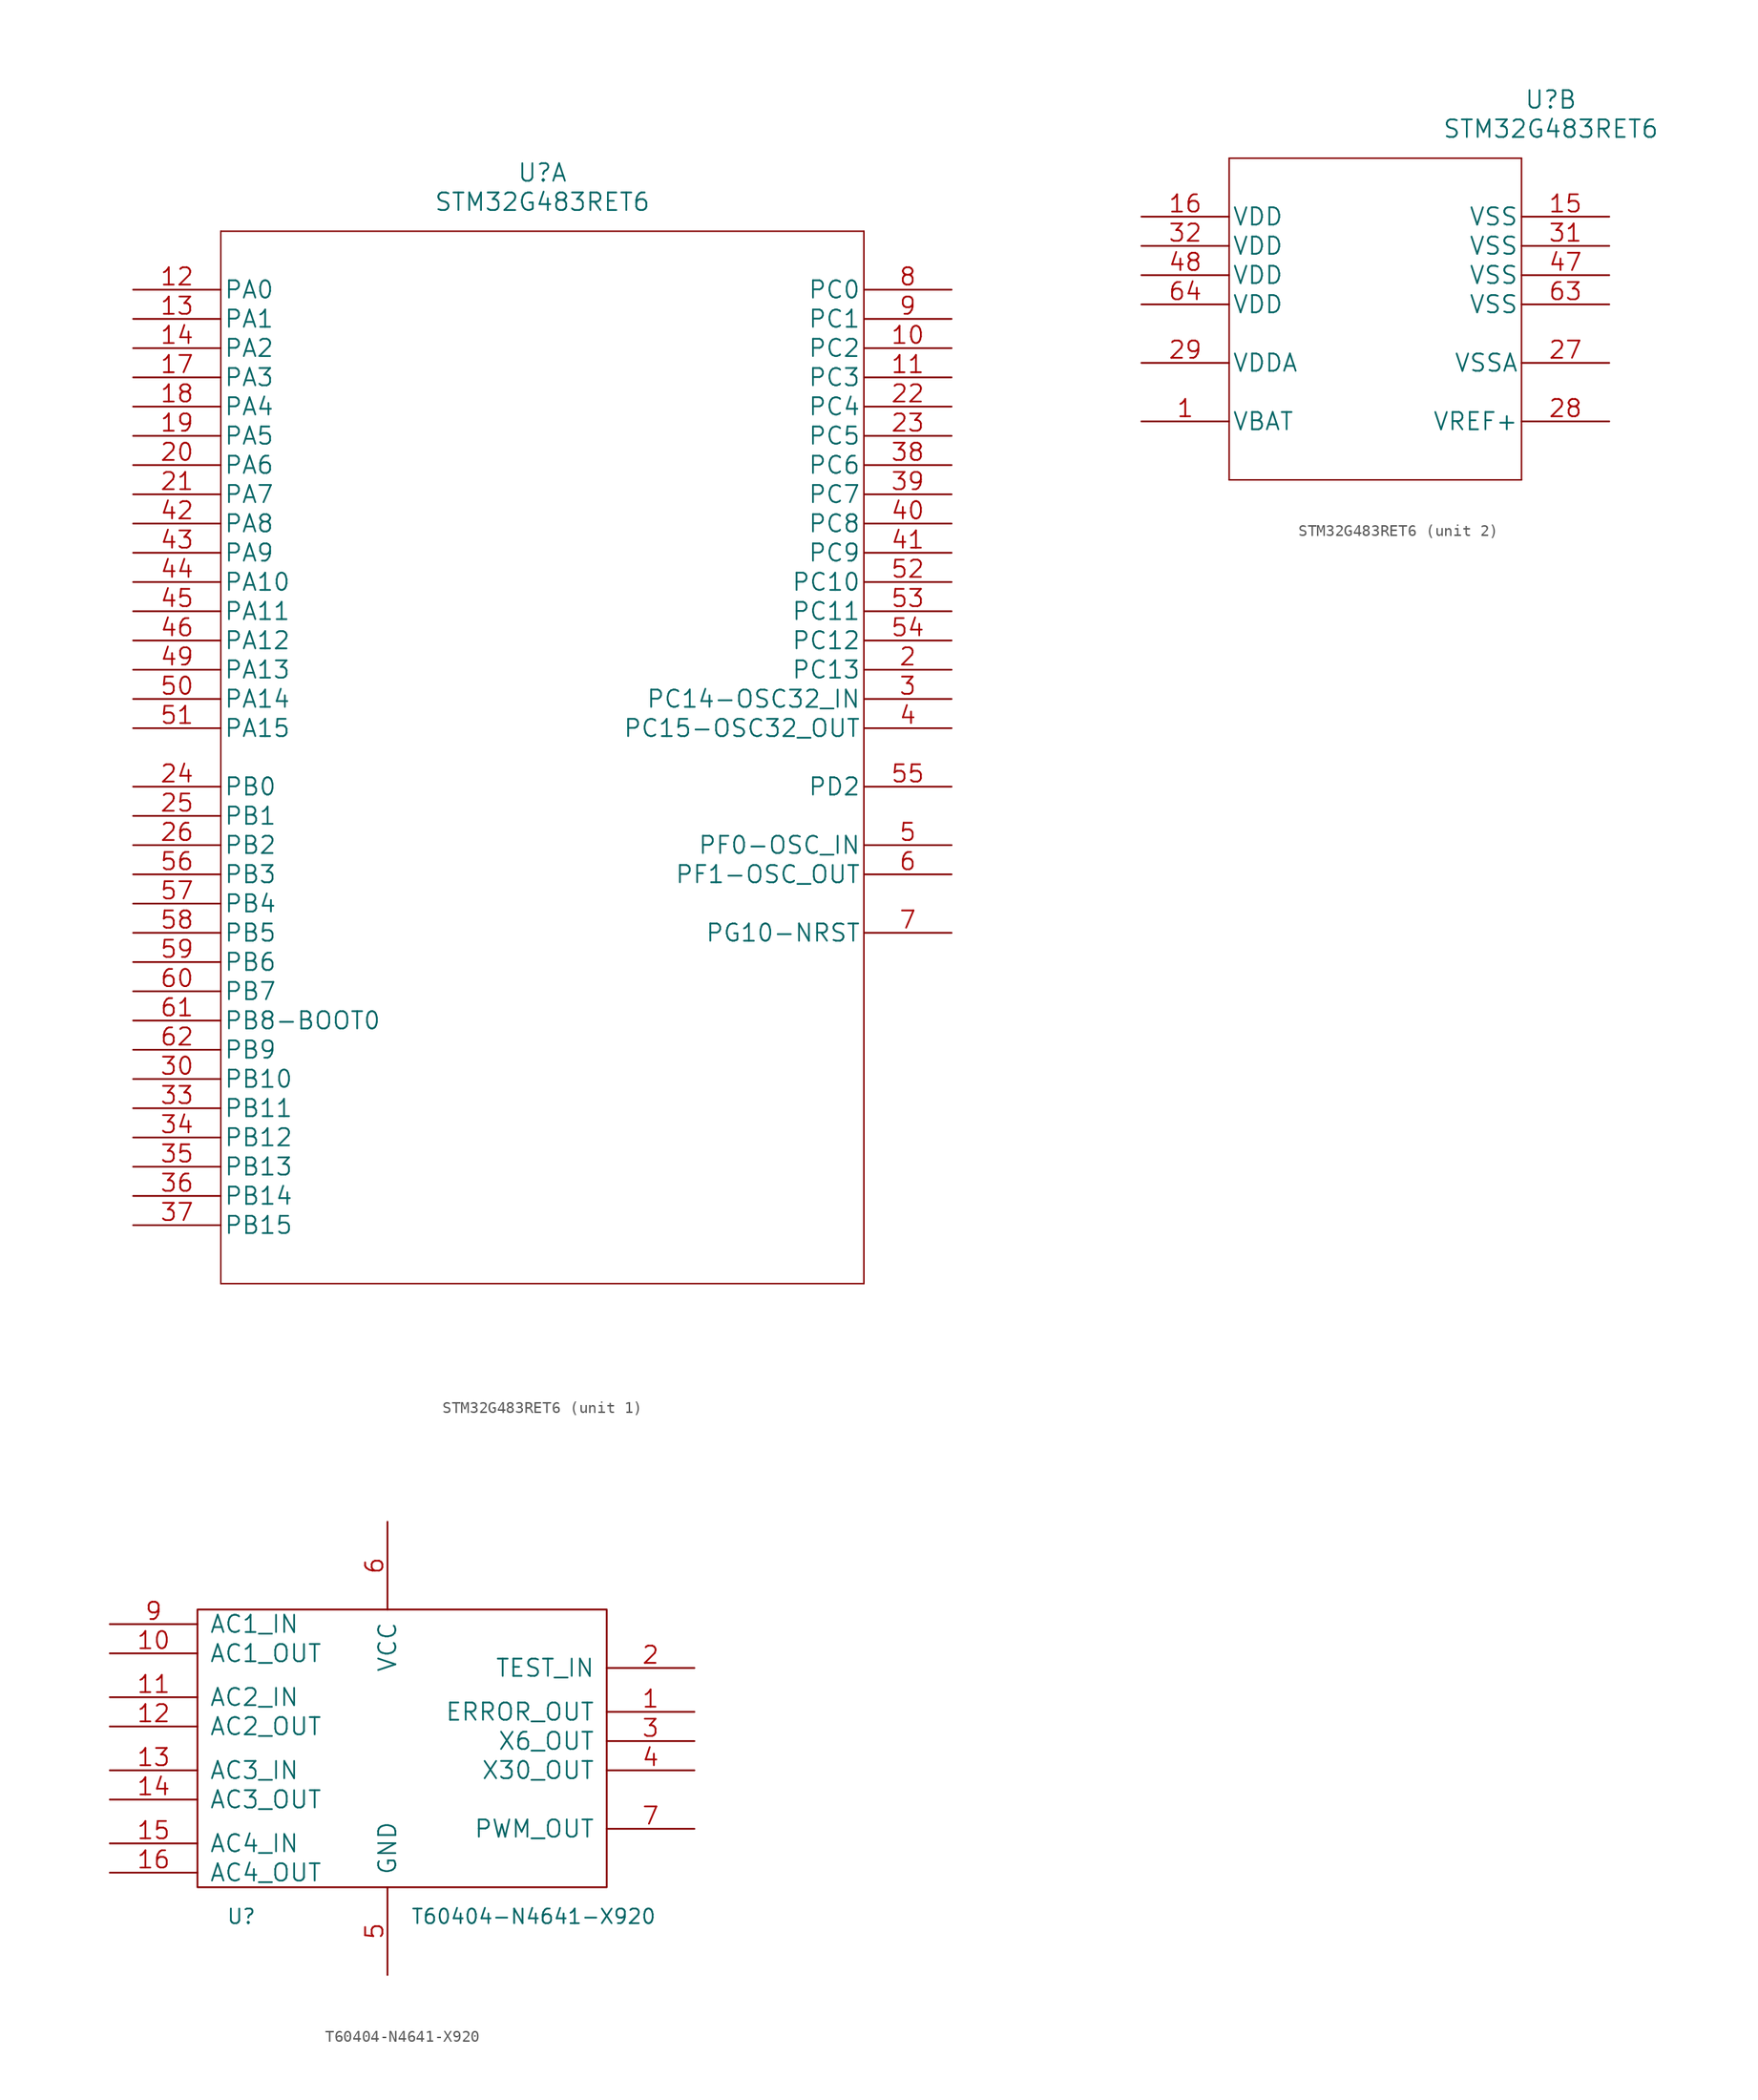
<source format=kicad_sym>
(kicad_symbol_lib
  (version 20211014)
  (generator kicad_symbol_editor)
  (symbol "STM32G483RET6"
    (pin_names
      (offset 0.254))
    (property "Reference" "U"
      (at 35.56 10.16 0)
      (effects (font (size 1.524 1.524))))
    (property "Value" "STM32G483RET6"
      (at 35.56 7.62 0)
      (effects (font (size 1.524 1.524))))
    (property "ki_locked" ""
      (at 0 0 0)
      (effects (font (size 1.27 1.27))))
    (symbol "STM32G483RET6_1_1"
      (polyline (pts (xy 7.62 -86.36) (xy 63.5 -86.36)) (stroke (width 0.127) (type default) (color 0 0 0 0)) (fill (type none)))
      (polyline (pts (xy 7.62 5.08) (xy 7.62 -86.36)) (stroke (width 0.127) (type default) (color 0 0 0 0)) (fill (type none)))
      (polyline (pts (xy 63.5 -86.36) (xy 63.5 5.08)) (stroke (width 0.127) (type default) (color 0 0 0 0)) (fill (type none)))
      (polyline (pts (xy 63.5 5.08) (xy 7.62 5.08)) (stroke (width 0.127) (type default) (color 0 0 0 0)) (fill (type none)))
      (pin bidirectional line (at 71.12 -5.08 180) (length 7.62) (name "PC2" (effects (font (size 1.499 1.499)))) (number "10" (effects (font (size 1.499 1.499)))))
      (pin bidirectional line (at 71.12 -7.62 180) (length 7.62) (name "PC3" (effects (font (size 1.499 1.499)))) (number "11" (effects (font (size 1.499 1.499)))))
      (pin bidirectional line (at 0 0 0) (length 7.62) (name "PA0" (effects (font (size 1.499 1.499)))) (number "12" (effects (font (size 1.499 1.499)))))
      (pin bidirectional line (at 0 -2.54 0) (length 7.62) (name "PA1" (effects (font (size 1.499 1.499)))) (number "13" (effects (font (size 1.499 1.499)))))
      (pin bidirectional line (at 0 -5.08 0) (length 7.62) (name "PA2" (effects (font (size 1.499 1.499)))) (number "14" (effects (font (size 1.499 1.499)))))
      (pin bidirectional line (at 0 -7.62 0) (length 7.62) (name "PA3" (effects (font (size 1.499 1.499)))) (number "17" (effects (font (size 1.499 1.499)))))
      (pin bidirectional line (at 0 -10.16 0) (length 7.62) (name "PA4" (effects (font (size 1.499 1.499)))) (number "18" (effects (font (size 1.499 1.499)))))
      (pin bidirectional line (at 0 -12.7 0) (length 7.62) (name "PA5" (effects (font (size 1.499 1.499)))) (number "19" (effects (font (size 1.499 1.499)))))
      (pin bidirectional line (at 71.12 -33.02 180) (length 7.62) (name "PC13" (effects (font (size 1.499 1.499)))) (number "2" (effects (font (size 1.499 1.499)))))
      (pin bidirectional line (at 0 -15.24 0) (length 7.62) (name "PA6" (effects (font (size 1.499 1.499)))) (number "20" (effects (font (size 1.499 1.499)))))
      (pin bidirectional line (at 0 -17.78 0) (length 7.62) (name "PA7" (effects (font (size 1.499 1.499)))) (number "21" (effects (font (size 1.499 1.499)))))
      (pin bidirectional line (at 71.12 -10.16 180) (length 7.62) (name "PC4" (effects (font (size 1.499 1.499)))) (number "22" (effects (font (size 1.499 1.499)))))
      (pin bidirectional line (at 71.12 -12.7 180) (length 7.62) (name "PC5" (effects (font (size 1.499 1.499)))) (number "23" (effects (font (size 1.499 1.499)))))
      (pin bidirectional line (at 0 -43.18 0) (length 7.62) (name "PB0" (effects (font (size 1.499 1.499)))) (number "24" (effects (font (size 1.499 1.499)))))
      (pin bidirectional line (at 0 -45.72 0) (length 7.62) (name "PB1" (effects (font (size 1.499 1.499)))) (number "25" (effects (font (size 1.499 1.499)))))
      (pin bidirectional line (at 0 -48.26 0) (length 7.62) (name "PB2" (effects (font (size 1.499 1.499)))) (number "26" (effects (font (size 1.499 1.499)))))
      (pin bidirectional line (at 71.12 -35.56 180) (length 7.62) (name "PC14-OSC32_IN" (effects (font (size 1.499 1.499)))) (number "3" (effects (font (size 1.499 1.499)))))
      (pin bidirectional line (at 0 -68.58 0) (length 7.62) (name "PB10" (effects (font (size 1.499 1.499)))) (number "30" (effects (font (size 1.499 1.499)))))
      (pin bidirectional line (at 0 -71.12 0) (length 7.62) (name "PB11" (effects (font (size 1.499 1.499)))) (number "33" (effects (font (size 1.499 1.499)))))
      (pin bidirectional line (at 0 -73.66 0) (length 7.62) (name "PB12" (effects (font (size 1.499 1.499)))) (number "34" (effects (font (size 1.499 1.499)))))
      (pin bidirectional line (at 0 -76.2 0) (length 7.62) (name "PB13" (effects (font (size 1.499 1.499)))) (number "35" (effects (font (size 1.499 1.499)))))
      (pin bidirectional line (at 0 -78.74 0) (length 7.62) (name "PB14" (effects (font (size 1.499 1.499)))) (number "36" (effects (font (size 1.499 1.499)))))
      (pin bidirectional line (at 0 -81.28 0) (length 7.62) (name "PB15" (effects (font (size 1.499 1.499)))) (number "37" (effects (font (size 1.499 1.499)))))
      (pin bidirectional line (at 71.12 -15.24 180) (length 7.62) (name "PC6" (effects (font (size 1.499 1.499)))) (number "38" (effects (font (size 1.499 1.499)))))
      (pin bidirectional line (at 71.12 -17.78 180) (length 7.62) (name "PC7" (effects (font (size 1.499 1.499)))) (number "39" (effects (font (size 1.499 1.499)))))
      (pin bidirectional line (at 71.12 -38.1 180) (length 7.62) (name "PC15-OSC32_OUT" (effects (font (size 1.499 1.499)))) (number "4" (effects (font (size 1.499 1.499)))))
      (pin bidirectional line (at 71.12 -20.32 180) (length 7.62) (name "PC8" (effects (font (size 1.499 1.499)))) (number "40" (effects (font (size 1.499 1.499)))))
      (pin bidirectional line (at 71.12 -22.86 180) (length 7.62) (name "PC9" (effects (font (size 1.499 1.499)))) (number "41" (effects (font (size 1.499 1.499)))))
      (pin bidirectional line (at 0 -20.32 0) (length 7.62) (name "PA8" (effects (font (size 1.499 1.499)))) (number "42" (effects (font (size 1.499 1.499)))))
      (pin bidirectional line (at 0 -22.86 0) (length 7.62) (name "PA9" (effects (font (size 1.499 1.499)))) (number "43" (effects (font (size 1.499 1.499)))))
      (pin bidirectional line (at 0 -25.4 0) (length 7.62) (name "PA10" (effects (font (size 1.499 1.499)))) (number "44" (effects (font (size 1.499 1.499)))))
      (pin bidirectional line (at 0 -27.94 0) (length 7.62) (name "PA11" (effects (font (size 1.499 1.499)))) (number "45" (effects (font (size 1.499 1.499)))))
      (pin bidirectional line (at 0 -30.48 0) (length 7.62) (name "PA12" (effects (font (size 1.499 1.499)))) (number "46" (effects (font (size 1.499 1.499)))))
      (pin bidirectional line (at 0 -33.02 0) (length 7.62) (name "PA13" (effects (font (size 1.499 1.499)))) (number "49" (effects (font (size 1.499 1.499)))))
      (pin bidirectional line (at 71.12 -48.26 180) (length 7.62) (name "PF0-OSC_IN" (effects (font (size 1.499 1.499)))) (number "5" (effects (font (size 1.499 1.499)))))
      (pin bidirectional line (at 0 -35.56 0) (length 7.62) (name "PA14" (effects (font (size 1.499 1.499)))) (number "50" (effects (font (size 1.499 1.499)))))
      (pin bidirectional line (at 0 -38.1 0) (length 7.62) (name "PA15" (effects (font (size 1.499 1.499)))) (number "51" (effects (font (size 1.499 1.499)))))
      (pin bidirectional line (at 71.12 -25.4 180) (length 7.62) (name "PC10" (effects (font (size 1.499 1.499)))) (number "52" (effects (font (size 1.499 1.499)))))
      (pin bidirectional line (at 71.12 -27.94 180) (length 7.62) (name "PC11" (effects (font (size 1.499 1.499)))) (number "53" (effects (font (size 1.499 1.499)))))
      (pin bidirectional line (at 71.12 -30.48 180) (length 7.62) (name "PC12" (effects (font (size 1.499 1.499)))) (number "54" (effects (font (size 1.499 1.499)))))
      (pin bidirectional line (at 71.12 -43.18 180) (length 7.62) (name "PD2" (effects (font (size 1.499 1.499)))) (number "55" (effects (font (size 1.499 1.499)))))
      (pin bidirectional line (at 0 -50.8 0) (length 7.62) (name "PB3" (effects (font (size 1.499 1.499)))) (number "56" (effects (font (size 1.499 1.499)))))
      (pin bidirectional line (at 0 -53.34 0) (length 7.62) (name "PB4" (effects (font (size 1.499 1.499)))) (number "57" (effects (font (size 1.499 1.499)))))
      (pin bidirectional line (at 0 -55.88 0) (length 7.62) (name "PB5" (effects (font (size 1.499 1.499)))) (number "58" (effects (font (size 1.499 1.499)))))
      (pin bidirectional line (at 0 -58.42 0) (length 7.62) (name "PB6" (effects (font (size 1.499 1.499)))) (number "59" (effects (font (size 1.499 1.499)))))
      (pin bidirectional line (at 71.12 -50.8 180) (length 7.62) (name "PF1-OSC_OUT" (effects (font (size 1.499 1.499)))) (number "6" (effects (font (size 1.499 1.499)))))
      (pin bidirectional line (at 0 -60.96 0) (length 7.62) (name "PB7" (effects (font (size 1.499 1.499)))) (number "60" (effects (font (size 1.499 1.499)))))
      (pin bidirectional line (at 0 -63.5 0) (length 7.62) (name "PB8-BOOT0" (effects (font (size 1.499 1.499)))) (number "61" (effects (font (size 1.499 1.499)))))
      (pin bidirectional line (at 0 -66.04 0) (length 7.62) (name "PB9" (effects (font (size 1.499 1.499)))) (number "62" (effects (font (size 1.499 1.499)))))
      (pin passive line (at 71.12 -55.88 180) (length 7.62) (name "PG10-NRST" (effects (font (size 1.499 1.499)))) (number "7" (effects (font (size 1.499 1.499)))))
      (pin bidirectional line (at 71.12 0 180) (length 7.62) (name "PC0" (effects (font (size 1.499 1.499)))) (number "8" (effects (font (size 1.499 1.499)))))
      (pin bidirectional line (at 71.12 -2.54 180) (length 7.62) (name "PC1" (effects (font (size 1.499 1.499)))) (number "9" (effects (font (size 1.499 1.499))))))
    (symbol "STM32G483RET6_2_1"
      (polyline (pts (xy 7.62 -22.86) (xy 33.02 -22.86)) (stroke (width 0.127) (type default) (color 0 0 0 0)) (fill (type none)))
      (polyline (pts (xy 7.62 5.08) (xy 7.62 -22.86)) (stroke (width 0.127) (type default) (color 0 0 0 0)) (fill (type none)))
      (polyline (pts (xy 33.02 -22.86) (xy 33.02 5.08)) (stroke (width 0.127) (type default) (color 0 0 0 0)) (fill (type none)))
      (polyline (pts (xy 33.02 5.08) (xy 7.62 5.08)) (stroke (width 0.127) (type default) (color 0 0 0 0)) (fill (type none)))
      (pin power_in line (at 0 -17.78 0) (length 7.62) (name "VBAT" (effects (font (size 1.499 1.499)))) (number "1" (effects (font (size 1.499 1.499)))))
      (pin power_in line (at 40.64 0 180) (length 7.62) (name "VSS" (effects (font (size 1.499 1.499)))) (number "15" (effects (font (size 1.499 1.499)))))
      (pin power_in line (at 0 0 0) (length 7.62) (name "VDD" (effects (font (size 1.499 1.499)))) (number "16" (effects (font (size 1.499 1.499)))))
      (pin power_in line (at 40.64 -12.7 180) (length 7.62) (name "VSSA" (effects (font (size 1.499 1.499)))) (number "27" (effects (font (size 1.499 1.499)))))
      (pin power_in line (at 40.64 -17.78 180) (length 7.62) (name "VREF+" (effects (font (size 1.499 1.499)))) (number "28" (effects (font (size 1.499 1.499)))))
      (pin power_in line (at 0 -12.7 0) (length 7.62) (name "VDDA" (effects (font (size 1.499 1.499)))) (number "29" (effects (font (size 1.499 1.499)))))
      (pin power_in line (at 40.64 -2.54 180) (length 7.62) (name "VSS" (effects (font (size 1.499 1.499)))) (number "31" (effects (font (size 1.499 1.499)))))
      (pin power_in line (at 0 -2.54 0) (length 7.62) (name "VDD" (effects (font (size 1.499 1.499)))) (number "32" (effects (font (size 1.499 1.499)))))
      (pin power_in line (at 40.64 -5.08 180) (length 7.62) (name "VSS" (effects (font (size 1.499 1.499)))) (number "47" (effects (font (size 1.499 1.499)))))
      (pin power_in line (at 0 -5.08 0) (length 7.62) (name "VDD" (effects (font (size 1.499 1.499)))) (number "48" (effects (font (size 1.499 1.499)))))
      (pin power_in line (at 40.64 -7.62 180) (length 7.62) (name "VSS" (effects (font (size 1.499 1.499)))) (number "63" (effects (font (size 1.499 1.499)))))
      (pin power_in line (at 0 -7.62 0) (length 7.62) (name "VDD" (effects (font (size 1.499 1.499)))) (number "64" (effects (font (size 1.499 1.499)))))))
  (symbol "T60404-N4641-X920"
    (pin_names
      (offset 1.016))
    (property "Reference" "U"
      (at -12.7 -15.24 0)
      (effects (font (size 1.27 1.27))))
    (property "Value" "T60404-N4641-X920"
      (at 12.7 -15.24 0)
      (effects (font (size 1.27 1.27))))
    (symbol "T60404-N4641-X920_0_1"
      (rectangle (start -16.51 11.43) (end 19.05 -12.7) (stroke (width 0) (type default) (color 0 0 0 0)) (fill (type none))))
    (symbol "T60404-N4641-X920_1_1"
      (pin open_collector line (at 26.67 2.54 180) (length 7.62) (name "ERROR_OUT" (effects (font (size 1.499 1.499)))) (number "1" (effects (font (size 1.499 1.499)))))
      (pin passive line (at -24.13 7.62 0) (length 7.62) (name "AC1_OUT" (effects (font (size 1.499 1.499)))) (number "10" (effects (font (size 1.499 1.499)))))
      (pin passive line (at -24.13 3.81 0) (length 7.62) (name "AC2_IN" (effects (font (size 1.499 1.499)))) (number "11" (effects (font (size 1.499 1.499)))))
      (pin passive line (at -24.13 1.27 0) (length 7.62) (name "AC2_OUT" (effects (font (size 1.499 1.499)))) (number "12" (effects (font (size 1.499 1.499)))))
      (pin passive line (at -24.13 -2.54 0) (length 7.62) (name "AC3_IN" (effects (font (size 1.499 1.499)))) (number "13" (effects (font (size 1.499 1.499)))))
      (pin passive line (at -24.13 -5.08 0) (length 7.62) (name "AC3_OUT" (effects (font (size 1.499 1.499)))) (number "14" (effects (font (size 1.499 1.499)))))
      (pin passive line (at -24.13 -8.89 0) (length 7.62) (name "AC4_IN" (effects (font (size 1.499 1.499)))) (number "15" (effects (font (size 1.499 1.499)))))
      (pin passive line (at -24.13 -11.43 0) (length 7.62) (name "AC4_OUT" (effects (font (size 1.499 1.499)))) (number "16" (effects (font (size 1.499 1.499)))))
      (pin input line (at 26.67 6.35 180) (length 7.62) (name "TEST_IN" (effects (font (size 1.499 1.499)))) (number "2" (effects (font (size 1.499 1.499)))))
      (pin open_collector line (at 26.67 0 180) (length 7.62) (name "X6_OUT" (effects (font (size 1.499 1.499)))) (number "3" (effects (font (size 1.499 1.499)))))
      (pin open_collector line (at 26.67 -2.54 180) (length 7.62) (name "X30_OUT" (effects (font (size 1.499 1.499)))) (number "4" (effects (font (size 1.499 1.499)))))
      (pin power_in line (at 0 -20.32 90) (length 7.62) (name "GND" (effects (font (size 1.499 1.499)))) (number "5" (effects (font (size 1.499 1.499)))))
      (pin power_in line (at 0 19.05 270) (length 7.62) (name "VCC" (effects (font (size 1.499 1.499)))) (number "6" (effects (font (size 1.499 1.499)))))
      (pin output line (at 26.67 -7.62 180) (length 7.62) (name "PWM_OUT" (effects (font (size 1.499 1.499)))) (number "7" (effects (font (size 1.499 1.499)))))
      (pin passive line (at -24.13 10.16 0) (length 7.62) (name "AC1_IN" (effects (font (size 1.499 1.499)))) (number "9" (effects (font (size 1.499 1.499))))))))
</source>
